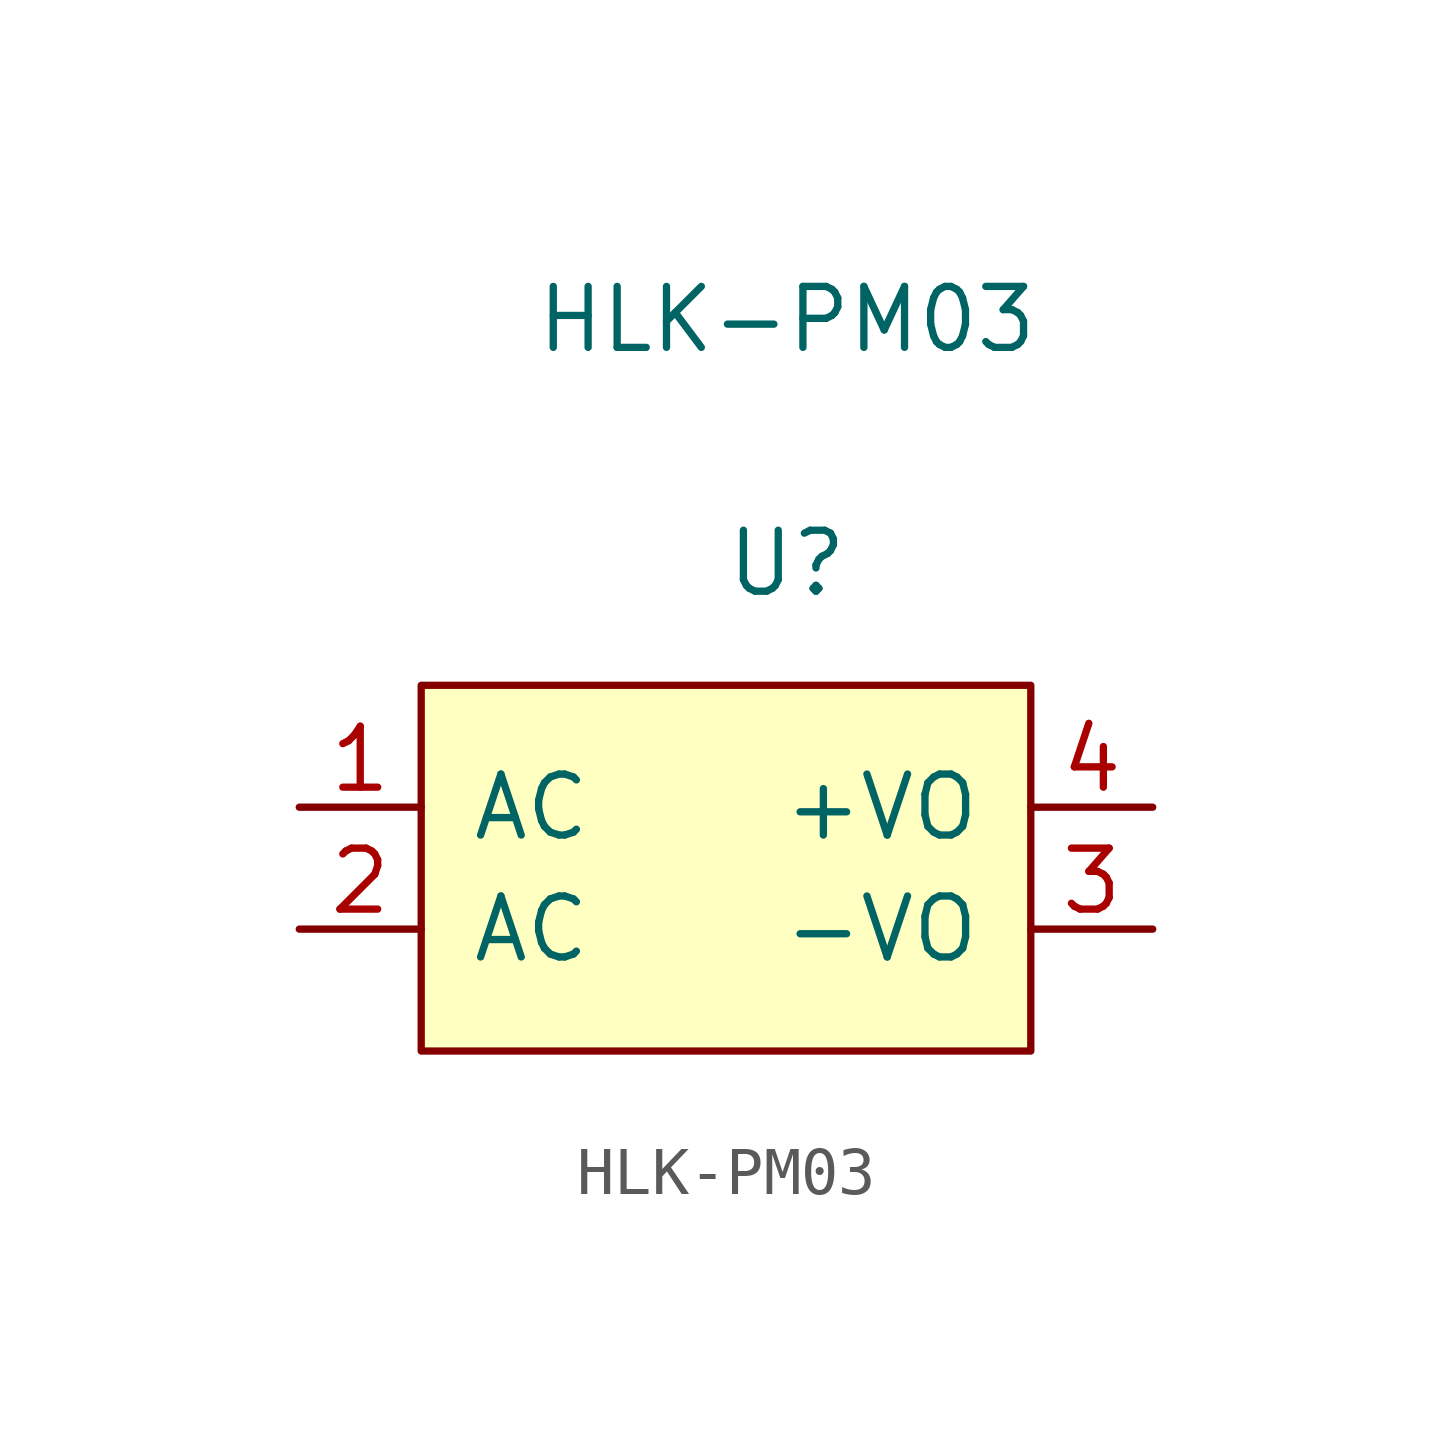
<source format=kicad_sym>
(kicad_symbol_lib
  (version 20220914)
  (generator kicad_symbol_editor)
  (symbol "HLK-PM03"
    (pin_names
      (offset 1.016))
    (property "Reference" "U"
      (at 0 7.62 0)
      (effects (font (size 1.27 1.27))))
    (property "Value" "HLK-PM03"
      (at 0 12.7 0)
      (effects (font (size 1.27 1.27))))
    (symbol "HLK-PM03_1_1"
      (rectangle (start -7.62 5.08) (end 5.08 -2.54) (stroke (width 0.152) (type solid)) (fill (type background)))
      (pin power_in line (at -10.16 2.54 0) (length 2.54) (name "AC" (effects (font (size 1.27 1.27)))) (number "1" (effects (font (size 1.27 1.27)))))
      (pin power_in line (at -10.16 0 0) (length 2.54) (name "AC" (effects (font (size 1.27 1.27)))) (number "2" (effects (font (size 1.27 1.27)))))
      (pin power_out line (at 7.62 0 180) (length 2.54) (name "-VO" (effects (font (size 1.27 1.27)))) (number "3" (effects (font (size 1.27 1.27)))))
      (pin power_out line (at 7.62 2.54 180) (length 2.54) (name "+VO" (effects (font (size 1.27 1.27)))) (number "4" (effects (font (size 1.27 1.27))))))))
</source>
